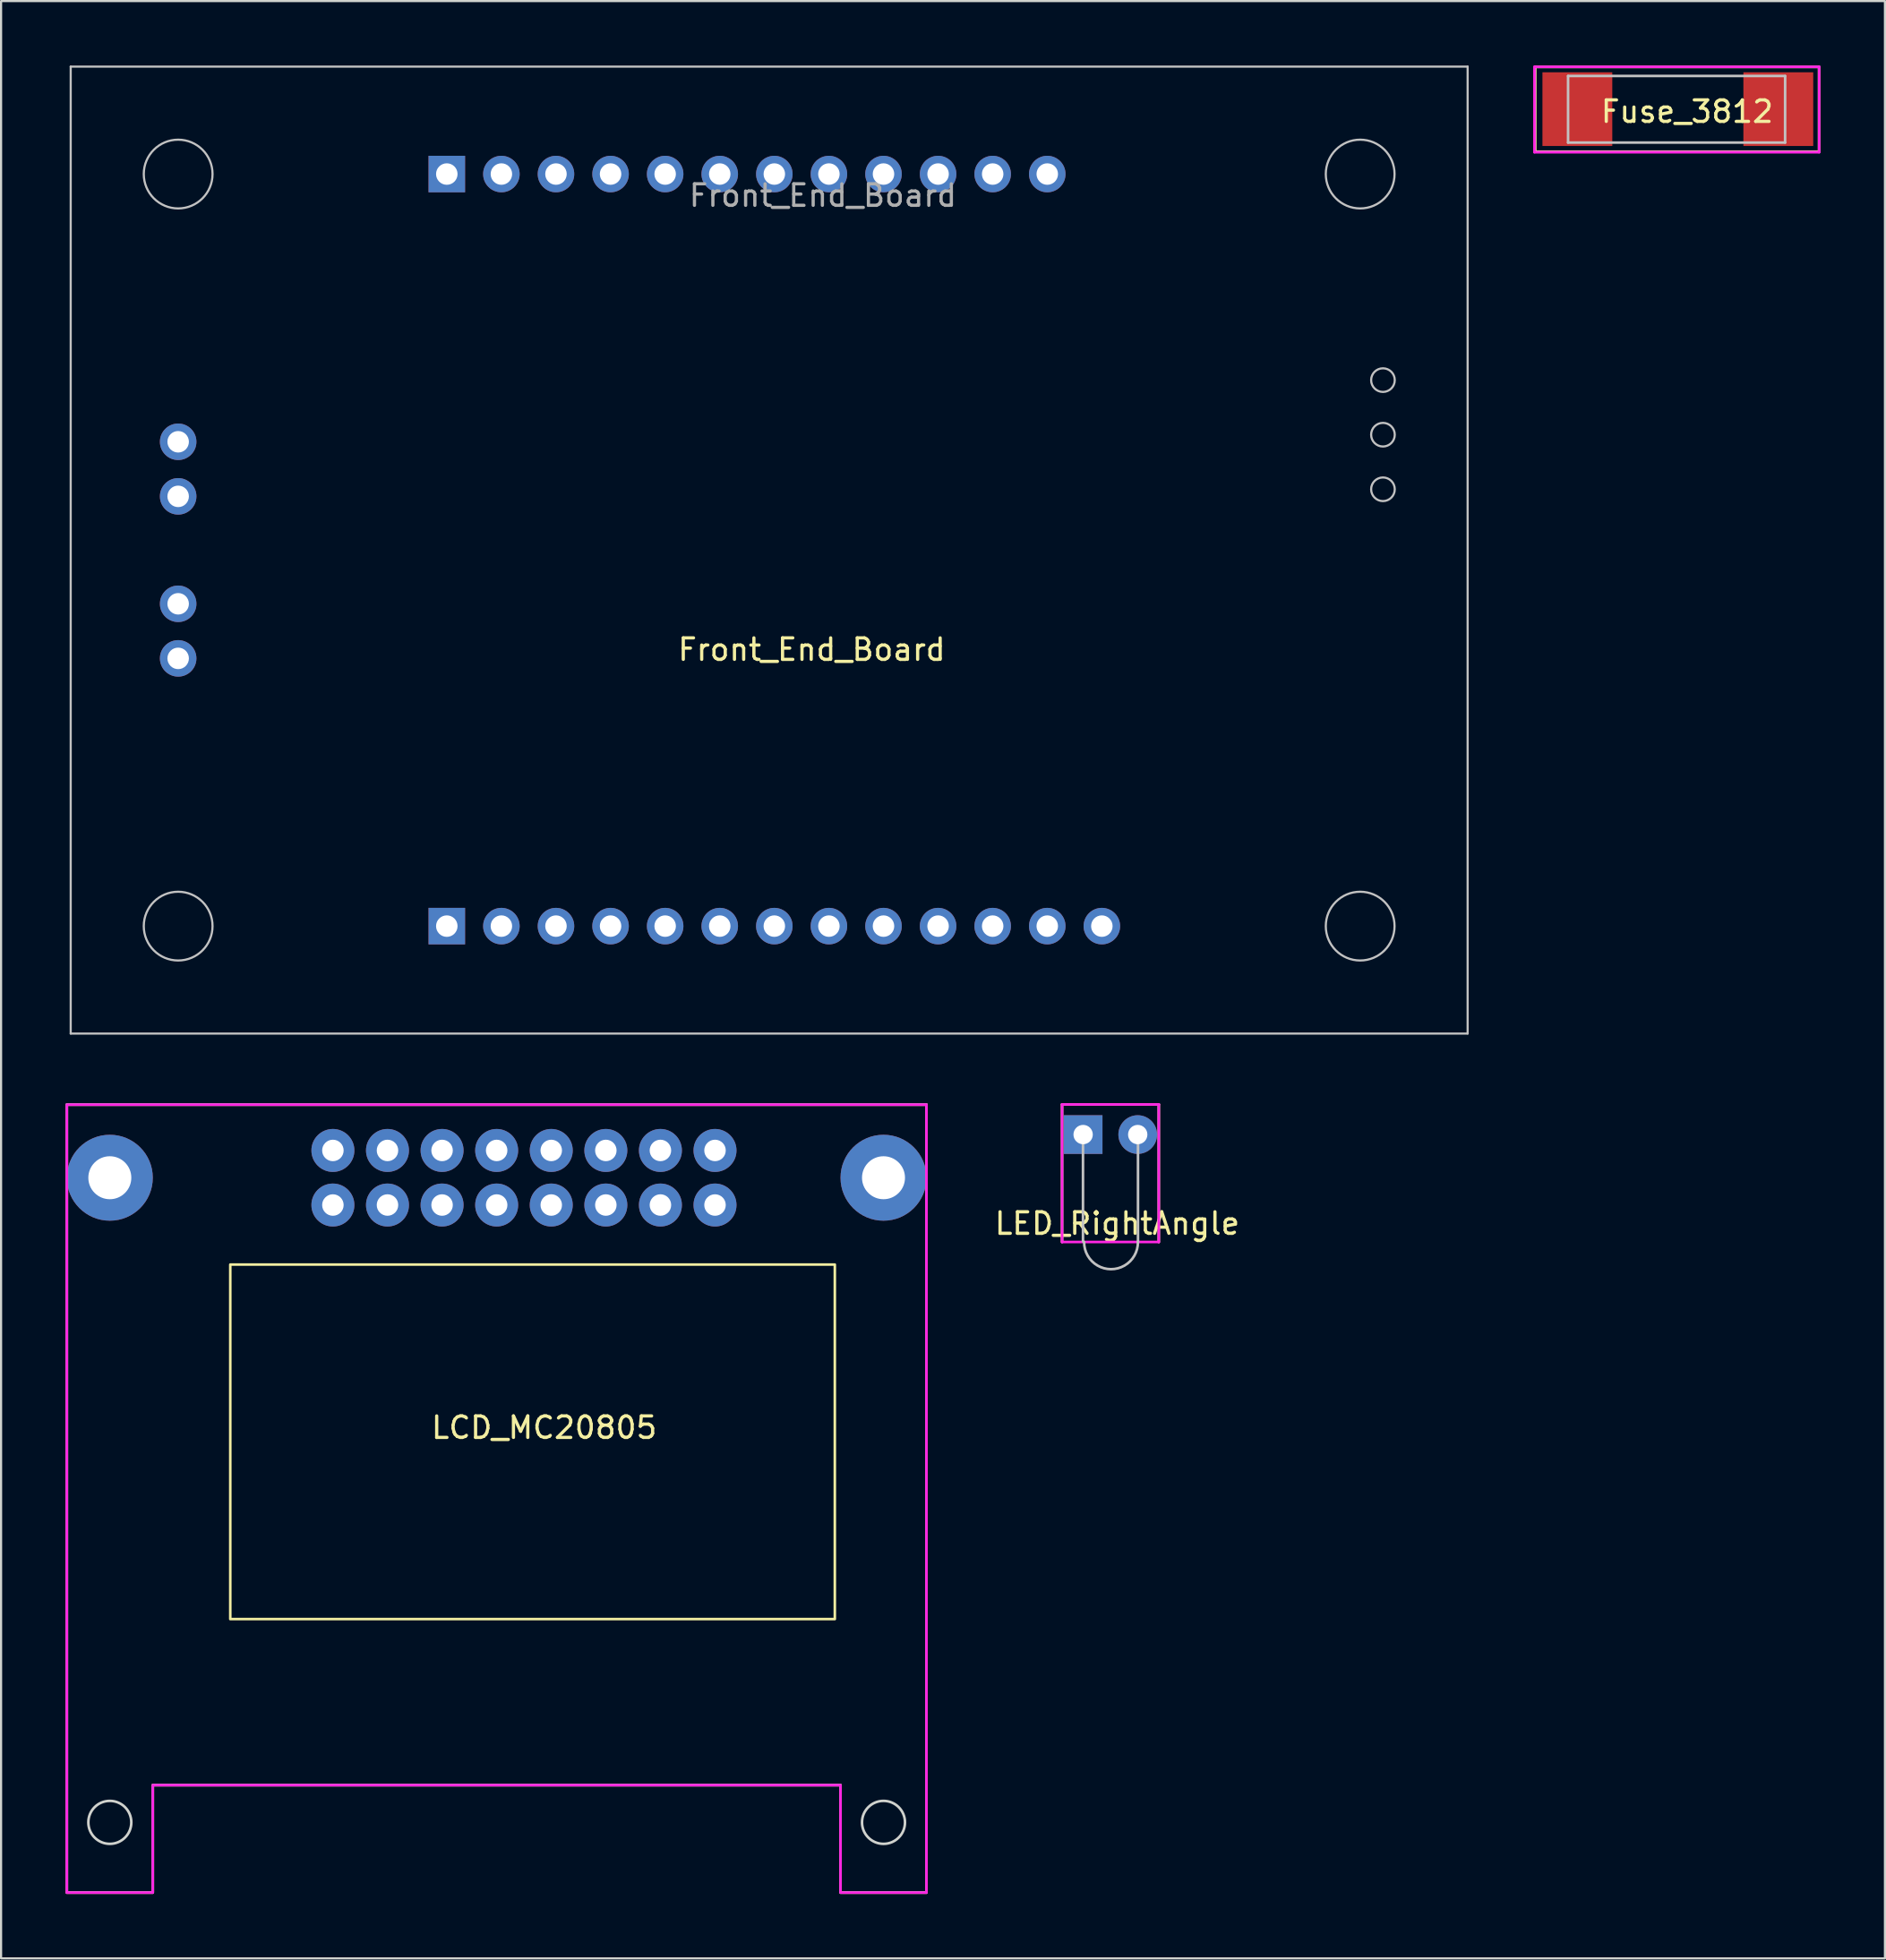
<source format=kicad_pcb>
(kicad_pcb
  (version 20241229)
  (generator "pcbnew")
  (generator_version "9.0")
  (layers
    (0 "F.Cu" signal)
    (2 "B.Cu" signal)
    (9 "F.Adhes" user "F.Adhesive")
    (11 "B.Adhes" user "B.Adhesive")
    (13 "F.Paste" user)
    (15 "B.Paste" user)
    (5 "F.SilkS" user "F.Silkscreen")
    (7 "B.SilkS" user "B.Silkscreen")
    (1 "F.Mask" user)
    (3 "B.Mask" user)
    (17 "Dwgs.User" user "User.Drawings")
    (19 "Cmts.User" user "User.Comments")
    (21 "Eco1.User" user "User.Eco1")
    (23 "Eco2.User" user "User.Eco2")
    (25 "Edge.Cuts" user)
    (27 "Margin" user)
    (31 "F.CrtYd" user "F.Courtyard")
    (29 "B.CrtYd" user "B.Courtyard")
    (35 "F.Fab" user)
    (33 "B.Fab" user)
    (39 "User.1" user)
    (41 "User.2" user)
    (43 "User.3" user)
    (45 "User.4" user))
  (footprint "Front_End_Board"
    (layer "F.Cu")
    (at 0.25 45.04)
    (property "Reference" "Front_End_Board" (at 34.47 -17.86 0) (layer "F.SilkS") (effects (font (size 1 1) (thickness 0.15))))
    (attr smd)
    (fp_line (start -0.01 -44.99) (end 64.99 -44.99) (stroke (width 0.1) (type solid)) (layer "Dwgs.User"))
    (fp_line (start -0.01 0.01) (end -0.01 -44.99) (stroke (width 0.1) (type solid)) (layer "Dwgs.User"))
    (fp_line (start 64.99 -44.99) (end 64.99 0.01) (stroke (width 0.1) (type solid)) (layer "Dwgs.User"))
    (fp_line (start 64.99 0.01) (end -0.01 0.01) (stroke (width 0.1) (type solid)) (layer "Dwgs.User"))
    (fp_circle (center 4.99 -39.99) (end 6.59 -39.99) (stroke (width 0.1) (type solid)) (fill no) (layer "Dwgs.User"))
    (fp_circle (center 4.99 -4.99) (end 6.59 -4.99) (stroke (width 0.1) (type solid)) (fill no) (layer "Dwgs.User"))
    (fp_circle (center 59.99 -39.99) (end 61.59 -39.99) (stroke (width 0.1) (type solid)) (fill no) (layer "Dwgs.User"))
    (fp_circle (center 59.99 -4.99) (end 61.59 -4.99) (stroke (width 0.1) (type solid)) (fill no) (layer "Dwgs.User"))
    (fp_circle (center 61.05 -30.4) (end 61.6 -30.4) (stroke (width 0.1) (type solid)) (fill no) (layer "Dwgs.User"))
    (fp_circle (center 61.05 -27.86) (end 61.6 -27.86) (stroke (width 0.1) (type solid)) (fill no) (layer "Dwgs.User"))
    (fp_circle (center 61.05 -25.32) (end 61.6 -25.32) (stroke (width 0.1) (type solid)) (fill no) (layer "Dwgs.User"))
    (fp_text user "${REFERENCE}" (at 34.99 -38.99 0) (layer "F.Fab") (effects (font (size 1 1) (thickness 0.15))))
    (pad "1" thru_hole circle (at 4.99 -17.45) (size 1.7 1.7) (drill 1) (layers "*.Cu" "*.Mask"))
    (pad "2" thru_hole circle (at 4.99 -19.99) (size 1.7 1.7) (drill 1) (layers "*.Cu" "*.Mask"))
    (pad "3" thru_hole circle (at 4.99 -24.99) (size 1.7 1.7) (drill 1) (layers "*.Cu" "*.Mask"))
    (pad "4" thru_hole circle (at 4.99 -27.53) (size 1.7 1.7) (drill 1) (layers "*.Cu" "*.Mask"))
    (pad "5" thru_hole rect (at 17.49 -39.99) (size 1.7 1.7) (drill 1) (layers "*.Cu" "*.Mask"))
    (pad "6" thru_hole circle (at 20.03 -39.99) (size 1.7 1.7) (drill 1) (layers "*.Cu" "*.Mask"))
    (pad "7" thru_hole circle (at 22.57 -39.99) (size 1.7 1.7) (drill 1) (layers "*.Cu" "*.Mask"))
    (pad "8" thru_hole circle (at 25.11 -39.99) (size 1.7 1.7) (drill 1) (layers "*.Cu" "*.Mask"))
    (pad "9" thru_hole circle (at 27.65 -39.99) (size 1.7 1.7) (drill 1) (layers "*.Cu" "*.Mask"))
    (pad "10" thru_hole circle (at 30.19 -39.99) (size 1.7 1.7) (drill 1) (layers "*.Cu" "*.Mask"))
    (pad "11" thru_hole circle (at 32.73 -39.99) (size 1.7 1.7) (drill 1) (layers "*.Cu" "*.Mask"))
    (pad "12" thru_hole circle (at 35.27 -39.99) (size 1.7 1.7) (drill 1) (layers "*.Cu" "*.Mask"))
    (pad "13" thru_hole circle (at 37.81 -39.99) (size 1.7 1.7) (drill 1) (layers "*.Cu" "*.Mask"))
    (pad "14" thru_hole circle (at 40.35 -39.99) (size 1.7 1.7) (drill 1) (layers "*.Cu" "*.Mask"))
    (pad "15" thru_hole circle (at 42.89 -39.99) (size 1.7 1.7) (drill 1) (layers "*.Cu" "*.Mask"))
    (pad "16" thru_hole circle (at 45.43 -39.99) (size 1.7 1.7) (drill 1) (layers "*.Cu" "*.Mask"))
    (pad "17" thru_hole rect (at 17.49 -4.99) (size 1.7 1.7) (drill 1) (layers "*.Cu" "*.Mask"))
    (pad "18" thru_hole circle (at 20.03 -4.99) (size 1.7 1.7) (drill 1) (layers "*.Cu" "*.Mask"))
    (pad "19" thru_hole circle (at 22.57 -4.99) (size 1.7 1.7) (drill 1) (layers "*.Cu" "*.Mask"))
    (pad "20" thru_hole circle (at 25.11 -4.99) (size 1.7 1.7) (drill 1) (layers "*.Cu" "*.Mask"))
    (pad "21" thru_hole circle (at 27.65 -4.99) (size 1.7 1.7) (drill 1) (layers "*.Cu" "*.Mask"))
    (pad "22" thru_hole circle (at 30.19 -4.99) (size 1.7 1.7) (drill 1) (layers "*.Cu" "*.Mask"))
    (pad "23" thru_hole circle (at 32.73 -4.99) (size 1.7 1.7) (drill 1) (layers "*.Cu" "*.Mask"))
    (pad "24" thru_hole circle (at 35.27 -4.99) (size 1.7 1.7) (drill 1) (layers "*.Cu" "*.Mask"))
    (pad "25" thru_hole circle (at 37.81 -4.99) (size 1.7 1.7) (drill 1) (layers "*.Cu" "*.Mask"))
    (pad "26" thru_hole circle (at 40.35 -4.99) (size 1.7 1.7) (drill 1) (layers "*.Cu" "*.Mask"))
    (pad "27" thru_hole circle (at 42.89 -4.99) (size 1.7 1.7) (drill 1) (layers "*.Cu" "*.Mask"))
    (pad "28" thru_hole circle (at 45.43 -4.99) (size 1.7 1.7) (drill 1) (layers "*.Cu" "*.Mask"))
    (pad "29" thru_hole circle (at 47.97 -4.99) (size 1.7 1.7) (drill 1) (layers "*.Cu" "*.Mask")))
  (footprint "Fuse_3812"
    (layer "F.Cu")
    (at 68.72 3.77)
    (property "Reference" "Fuse_3812" (at 6.733 -1.626 0) (layer "F.SilkS") (effects (font (size 1 1) (thickness 0.15))))
    (attr through_hole)
    (fp_line (start -0.335 -3.705) (end 12.871 -3.705) (stroke (width 0.12) (type solid)) (layer "F.SilkS"))
    (fp_line (start -0.335 0.238) (end -0.335 -3.703) (stroke (width 0.12) (type solid)) (layer "F.SilkS"))
    (fp_line (start 12.871 -3.705) (end 12.871 0.238) (stroke (width 0.12) (type solid)) (layer "F.SilkS"))
    (fp_line (start 12.871 0.238) (end -0.335 0.238) (stroke (width 0.12) (type solid)) (layer "F.SilkS"))
    (fp_line (start 1.194 -3.284) (end 11.294 -3.284) (stroke (width 0.12) (type solid)) (layer "Dwgs.User"))
    (fp_line (start 1.194 -0.184) (end 1.194 -3.284) (stroke (width 0.12) (type solid)) (layer "Dwgs.User"))
    (fp_line (start 11.292 -0.184) (end 1.194 -0.184) (stroke (width 0.12) (type solid)) (layer "Dwgs.User"))
    (fp_line (start 11.294 -3.284) (end 11.292 -0.184) (stroke (width 0.12) (type solid)) (layer "Dwgs.User"))
    (fp_line (start -0.37 -3.71) (end 12.878 -3.71) (stroke (width 0.12) (type solid)) (layer "F.CrtYd"))
    (fp_line (start -0.37 0.264) (end -0.37 -3.71) (stroke (width 0.12) (type solid)) (layer "F.CrtYd"))
    (fp_line (start 12.878 -3.71) (end 12.878 0.264) (stroke (width 0.12) (type solid)) (layer "F.CrtYd"))
    (fp_line (start 12.878 0.264) (end -0.37 0.264) (stroke (width 0.12) (type solid)) (layer "F.CrtYd"))
    (pad "1" smd rect (at 1.626 -1.741) (size 3.25 3.43) (layers "F.Cu" "F.Mask" "F.Paste"))
    (pad "2" smd rect (at 10.976 -1.741) (size 3.25 3.43) (layers "F.Cu" "F.Mask" "F.Paste")))
  (footprint "LCD_MC20805"
    (layer "F.Cu")
    (at 11.67 59.57)
    (property "Reference" "LCD_MC20805" (at 10.6 3.82 0) (unlocked yes) (layer "F.SilkS") (effects (font (size 1 1) (thickness 0.15))))
    (attr through_hole)
    (fp_rect (start -4.005 -3.77) (end 24.125 12.73) (stroke (width 0.12) (type solid)) (fill no) (layer "F.SilkS"))
    (fp_poly (pts (xy 28.39 25.46) (xy 24.39 25.46) (xy 24.39 20.46) (xy -7.61 20.46) (xy -7.61 25.46) (xy -11.61 25.46) (xy -11.61 -11.21) (xy 28.39 -11.21)) (stroke (width 0.12) (type solid)) (fill no) (layer "F.SilkS"))
    (fp_circle (center -9.61 22.19) (end -8.61 22.19) (stroke (width 0.12) (type solid)) (fill no) (layer "Edge.Cuts"))
    (fp_circle (center 26.39 22.19) (end 27.39 22.19) (stroke (width 0.12) (type solid)) (fill no) (layer "Edge.Cuts"))
    (fp_poly (pts (xy 28.39 25.46) (xy 24.39 25.46) (xy 24.39 20.46) (xy -7.61 20.46) (xy -7.61 25.46) (xy -11.61 25.46) (xy -11.61 -11.21) (xy 28.39 -11.21)) (stroke (width 0.12) (type solid)) (fill no) (layer "F.CrtYd"))
    (fp_poly (pts (xy 28.39 25.45) (xy 24.39 25.45) (xy 24.39 20.45) (xy -7.61 20.45) (xy -7.61 25.45) (xy -11.61 25.45) (xy -11.61 -11.22) (xy 28.39 -11.22)) (stroke (width 0.12) (type solid)) (fill no) (layer "F.Fab"))
    (pad "1" thru_hole circle (at -9.61 -7.81) (size 4 4) (drill 2) (layers "*.Cu" "*.Mask"))
    (pad "1" thru_hole circle (at 0.77 -6.54) (size 2 2) (drill 1) (layers "*.Cu" "*.Mask"))
    (pad "1" thru_hole circle (at 26.39 -7.81) (size 4 4) (drill 2) (layers "*.Cu" "*.Mask"))
    (pad "2" thru_hole circle (at 0.77 -9.08) (size 2 2) (drill 1) (layers "*.Cu" "*.Mask"))
    (pad "3" thru_hole circle (at 3.31 -6.54) (size 2 2) (drill 1) (layers "*.Cu" "*.Mask"))
    (pad "4" thru_hole circle (at 3.31 -9.08) (size 2 2) (drill 1) (layers "*.Cu" "*.Mask"))
    (pad "5" thru_hole circle (at 5.85 -6.54) (size 2 2) (drill 1) (layers "*.Cu" "*.Mask"))
    (pad "6" thru_hole circle (at 5.85 -9.08) (size 2 2) (drill 1) (layers "*.Cu" "*.Mask"))
    (pad "7" thru_hole circle (at 8.39 -6.54) (size 2 2) (drill 1) (layers "*.Cu" "*.Mask"))
    (pad "8" thru_hole circle (at 8.39 -9.08) (size 2 2) (drill 1) (layers "*.Cu" "*.Mask"))
    (pad "9" thru_hole circle (at 10.93 -6.54) (size 2 2) (drill 1) (layers "*.Cu" "*.Mask"))
    (pad "10" thru_hole circle (at 10.93 -9.08) (size 2 2) (drill 1) (layers "*.Cu" "*.Mask"))
    (pad "11" thru_hole circle (at 13.47 -6.54) (size 2 2) (drill 1) (layers "*.Cu" "*.Mask"))
    (pad "12" thru_hole circle (at 13.47 -9.08) (size 2 2) (drill 1) (layers "*.Cu" "*.Mask"))
    (pad "13" thru_hole circle (at 16.01 -6.54) (size 2 2) (drill 1) (layers "*.Cu" "*.Mask"))
    (pad "14" thru_hole circle (at 16.01 -9.08) (size 2 2) (drill 1) (layers "*.Cu" "*.Mask"))
    (pad "15" thru_hole circle (at 18.55 -6.54) (size 2 2) (drill 1) (layers "*.Cu" "*.Mask"))
    (pad "16" thru_hole circle (at 18.55 -9.08) (size 2 2) (drill 1) (layers "*.Cu" "*.Mask")))
  (footprint "LED_RightAngle"
    (layer "F.Cu")
    (at 48.678 52.362)
    (property "Reference" "LED_RightAngle" (at 0.257 1.528 0) (layer "F.SilkS") (effects (font (size 1 1) (thickness 0.15))))
    (attr through_hole)
    (fp_line (start -2.309 -4.012) (end 2.191 -4.012) (stroke (width 0.12) (type solid)) (layer "F.SilkS"))
    (fp_line (start -2.309 2.388) (end -2.309 -4.012) (stroke (width 0.12) (type solid)) (layer "F.SilkS"))
    (fp_line (start 2.191 -4.012) (end 2.191 2.388) (stroke (width 0.12) (type solid)) (layer "F.SilkS"))
    (fp_line (start -1.336 -2.531) (end -1.336 2.361) (stroke (width 0.12) (type solid)) (layer "Dwgs.User"))
    (fp_line (start 1.224 -2.548) (end 1.224 2.378) (stroke (width 0.12) (type solid)) (layer "Dwgs.User"))
    (fp_arc (start 1.221083 2.396) (mid -0.0355 3.655094) (end -1.283 2.387) (stroke (width 0.12) (type solid)) (layer "Dwgs.User"))
    (fp_line (start -2.309 -4.012) (end 2.191 -4.012) (stroke (width 0.12) (type solid)) (layer "F.CrtYd"))
    (fp_line (start -2.309 2.388) (end -2.309 -4.012) (stroke (width 0.12) (type solid)) (layer "F.CrtYd"))
    (fp_line (start 2.191 -4.012) (end 2.191 2.388) (stroke (width 0.12) (type solid)) (layer "F.CrtYd"))
    (fp_line (start 2.191 2.388) (end -2.309 2.388) (stroke (width 0.12) (type solid)) (layer "F.CrtYd"))
    (pad "1" thru_hole circle (at 1.211 -2.611) (size 1.8 1.8) (drill 0.9) (layers "*.Cu" "*.Mask"))
    (pad "2" thru_hole rect (at -1.329 -2.611) (size 1.8 1.8) (drill 0.9) (layers "*.Cu" "*.Mask")))
  (gr_rect
    (start -3 -3)
    (end 84.658 88.09)
    (stroke (width 0.1) (type default))
    (fill no)
    (layer "Edge.Cuts")))
</source>
